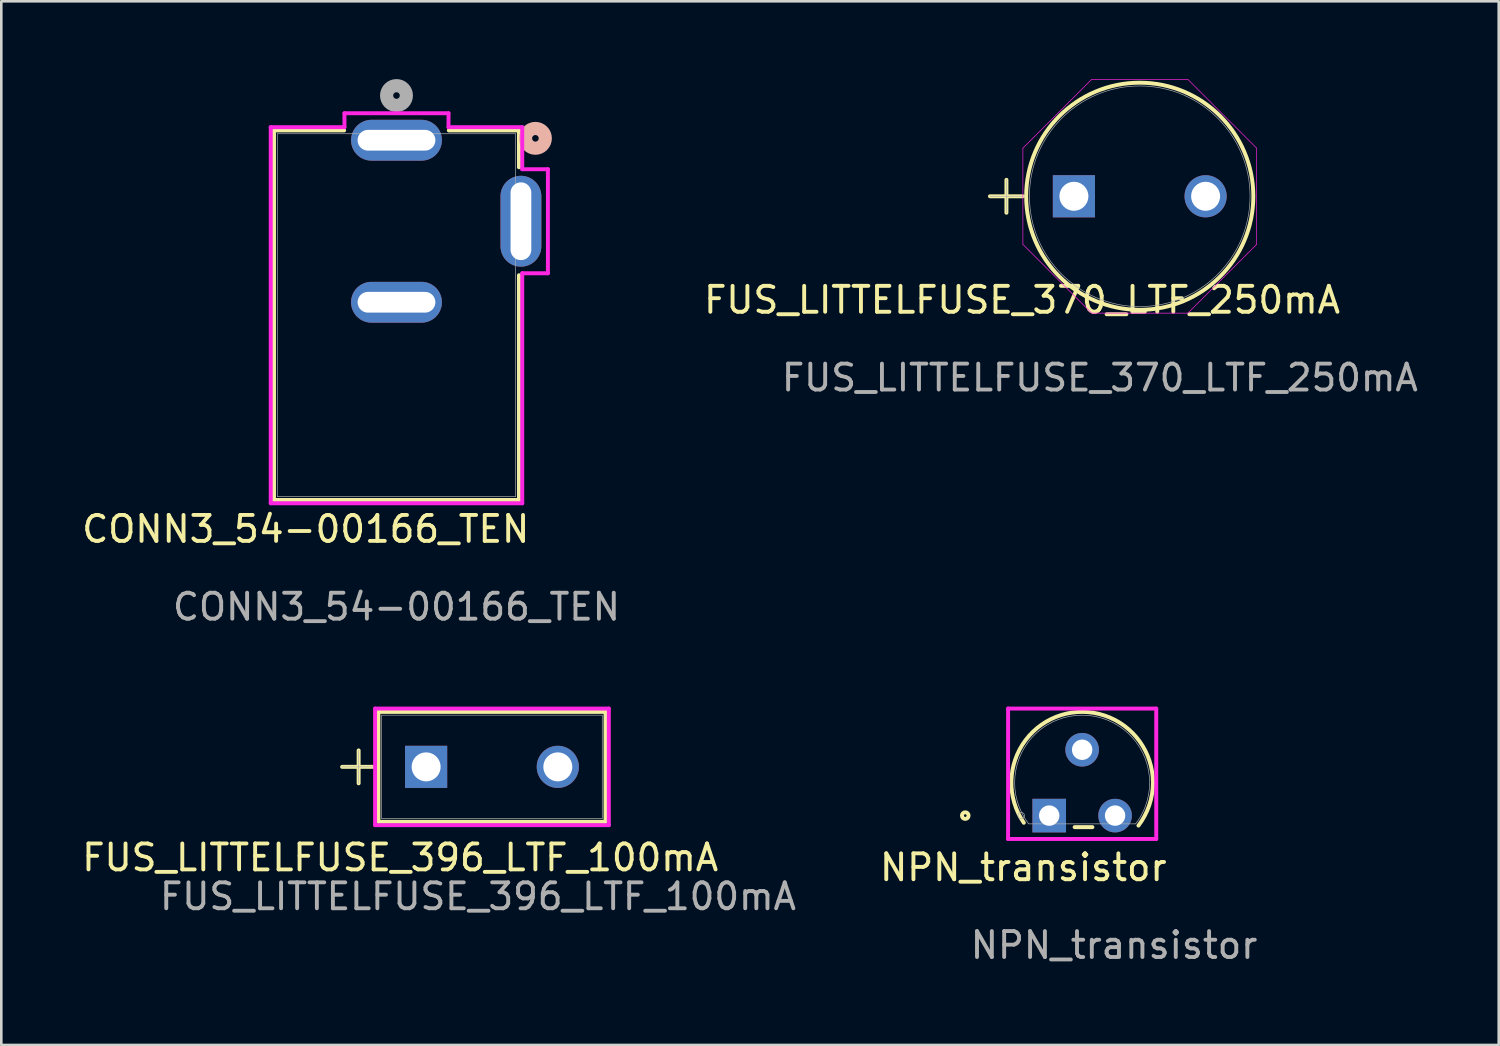
<source format=kicad_pcb>
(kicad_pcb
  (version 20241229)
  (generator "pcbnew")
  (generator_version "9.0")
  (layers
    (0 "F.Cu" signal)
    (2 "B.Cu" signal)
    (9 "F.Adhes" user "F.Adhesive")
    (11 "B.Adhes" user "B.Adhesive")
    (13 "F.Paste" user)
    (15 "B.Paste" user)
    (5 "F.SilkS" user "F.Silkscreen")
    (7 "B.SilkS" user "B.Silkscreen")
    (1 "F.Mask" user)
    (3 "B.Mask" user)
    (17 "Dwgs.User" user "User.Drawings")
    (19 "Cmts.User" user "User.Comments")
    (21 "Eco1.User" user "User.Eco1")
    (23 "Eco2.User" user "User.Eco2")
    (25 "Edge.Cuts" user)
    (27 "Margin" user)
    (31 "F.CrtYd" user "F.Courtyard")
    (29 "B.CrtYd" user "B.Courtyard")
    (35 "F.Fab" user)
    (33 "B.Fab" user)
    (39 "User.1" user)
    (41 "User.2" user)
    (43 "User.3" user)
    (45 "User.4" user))
  (footprint "CONN3_54-00166_TEN"
    (layer "F.Cu")
    (at 12.244 2.359)
    (property "Reference" "CONN3_54-00166_TEN" (at -3.5 15 0) (unlocked yes) (layer "F.SilkS") (effects (font (size 1 1) (thickness 0.15))))
    (attr smd)
    (fp_line (start -4.724 -0.377) (end -2.02 -0.377) (stroke (width 0.152) (type solid)) (layer "F.SilkS"))
    (fp_line (start -4.724 13.877) (end -4.724 -0.377) (stroke (width 0.152) (type solid)) (layer "F.SilkS"))
    (fp_line (start 2.02 -0.377) (end 4.724 -0.377) (stroke (width 0.152) (type solid)) (layer "F.SilkS"))
    (fp_line (start 4.724 -0.377) (end 4.724 1.042) (stroke (width 0.152) (type solid)) (layer "F.SilkS"))
    (fp_line (start 4.724 5.208) (end 4.724 13.877) (stroke (width 0.152) (type solid)) (layer "F.SilkS"))
    (fp_line (start 4.724 13.877) (end -4.724 13.877) (stroke (width 0.152) (type solid)) (layer "F.SilkS"))
    (fp_circle (center 5.359 -0.073) (end 5.74 -0.073) (stroke (width 0.508) (type solid)) (fill no) (layer "B.SilkS"))
    (fp_line (start -4.851 -0.504) (end -4.851 14.004) (stroke (width 0.152) (type solid)) (layer "F.CrtYd"))
    (fp_line (start -4.851 14.004) (end 4.851 14.004) (stroke (width 0.152) (type solid)) (layer "F.CrtYd"))
    (fp_line (start -2.007 -1.041) (end -2.007 -0.504) (stroke (width 0.152) (type solid)) (layer "F.CrtYd"))
    (fp_line (start -2.007 -0.504) (end -4.851 -0.504) (stroke (width 0.152) (type solid)) (layer "F.CrtYd"))
    (fp_line (start 2.007 -1.041) (end -2.007 -1.041) (stroke (width 0.152) (type solid)) (layer "F.CrtYd"))
    (fp_line (start 2.007 -0.504) (end 2.007 -1.041) (stroke (width 0.152) (type solid)) (layer "F.CrtYd"))
    (fp_line (start 4.851 -0.504) (end 2.007 -0.504) (stroke (width 0.152) (type solid)) (layer "F.CrtYd"))
    (fp_line (start 4.851 1.118) (end 4.851 -0.504) (stroke (width 0.152) (type solid)) (layer "F.CrtYd"))
    (fp_line (start 4.851 5.132) (end 5.841 5.132) (stroke (width 0.152) (type solid)) (layer "F.CrtYd"))
    (fp_line (start 4.851 14.004) (end 4.851 5.132) (stroke (width 0.152) (type solid)) (layer "F.CrtYd"))
    (fp_line (start 5.841 1.118) (end 4.851 1.118) (stroke (width 0.152) (type solid)) (layer "F.CrtYd"))
    (fp_line (start 5.841 5.132) (end 5.841 1.118) (stroke (width 0.152) (type solid)) (layer "F.CrtYd"))
    (fp_line (start -4.597 -0.25) (end -4.597 13.75) (stroke (width 0.025) (type solid)) (layer "F.Fab"))
    (fp_line (start -4.597 13.75) (end 4.597 13.75) (stroke (width 0.025) (type solid)) (layer "F.Fab"))
    (fp_line (start 4.597 -0.25) (end -4.597 -0.25) (stroke (width 0.025) (type solid)) (layer "F.Fab"))
    (fp_line (start 4.597 13.75) (end 4.597 -0.25) (stroke (width 0.025) (type solid)) (layer "F.Fab"))
    (fp_circle (center 0 -1.724) (end 0.381 -1.724) (stroke (width 0.508) (type solid)) (fill no) (layer "F.Fab"))
    (fp_text user "${REFERENCE}" (at 0 18 0) (unlocked yes) (layer "F.Fab") (effects (font (size 1 1) (thickness 0.15))))
    (pad "1" thru_hole oval (at 0 0) (size 3.505 1.575) (drill oval 3 0.8) (layers "*.Cu" "*.Mask"))
    (pad "2" thru_hole oval (at 0 6.25) (size 3.505 1.575) (drill oval 3 0.8) (layers "*.Cu" "*.Mask"))
    (pad "3" thru_hole oval (at 4.8 3.125) (size 1.575 3.505) (drill oval 0.8 3) (layers "*.Cu" "*.Mask")))
  (footprint "FUS_LITTELFUSE_370_LTF_250mA"
    (layer "F.Cu")
    (at 38.375 4.521)
    (property "Reference" "FUS_LITTELFUSE_370_LTF_250mA" (at -2 4 0) (unlocked yes) (layer "F.SilkS") (effects (font (size 1 1) (thickness 0.15))))
    (attr through_hole)
    (fp_line (start -3.239 0) (end -1.968 0) (stroke (width 0.152) (type solid)) (layer "F.SilkS"))
    (fp_line (start -2.603 -0.635) (end -2.603 0.635) (stroke (width 0.152) (type solid)) (layer "F.SilkS"))
    (fp_circle (center 2.54 0) (end 6.921 0) (stroke (width 0.152) (type solid)) (fill no) (layer "F.SilkS"))
    (fp_line (start -1.968 -1.856) (end 0.684 -4.508) (stroke (width 0.025) (type solid)) (layer "F.CrtYd"))
    (fp_line (start -1.968 1.856) (end -1.968 -1.856) (stroke (width 0.025) (type solid)) (layer "F.CrtYd"))
    (fp_line (start 0.684 -4.508) (end 4.396 -4.508) (stroke (width 0.025) (type solid)) (layer "F.CrtYd"))
    (fp_line (start 0.684 4.508) (end -1.968 1.856) (stroke (width 0.025) (type solid)) (layer "F.CrtYd"))
    (fp_line (start 4.396 -4.508) (end 7.048 -1.856) (stroke (width 0.025) (type solid)) (layer "F.CrtYd"))
    (fp_line (start 4.396 4.508) (end 0.684 4.508) (stroke (width 0.025) (type solid)) (layer "F.CrtYd"))
    (fp_line (start 7.048 -1.856) (end 7.048 1.856) (stroke (width 0.025) (type solid)) (layer "F.CrtYd"))
    (fp_line (start 7.048 1.856) (end 4.396 4.508) (stroke (width 0.025) (type solid)) (layer "F.CrtYd"))
    (fp_line (start -3.239 0) (end -1.968 0) (stroke (width 0.025) (type solid)) (layer "F.Fab"))
    (fp_line (start -2.603 -0.635) (end -2.603 0.635) (stroke (width 0.025) (type solid)) (layer "F.Fab"))
    (fp_circle (center 2.54 0) (end 6.795 0) (stroke (width 0.025) (type solid)) (fill no) (layer "F.Fab"))
    (fp_text user "${REFERENCE}" (at 1 7 0) (unlocked yes) (layer "F.Fab") (effects (font (size 1 1) (thickness 0.15))))
    (pad "1" thru_hole rect (at 0 0) (size 1.626 1.626) (drill 1.118) (layers "*.Cu" "*.Mask"))
    (pad "2" thru_hole circle (at 5.08 0) (size 1.626 1.626) (drill 1.118) (layers "*.Cu" "*.Mask")))
  (footprint "FUS_LITTELFUSE_396_LTF_100mA"
    (layer "F.Cu")
    (at 13.387 26.531)
    (property "Reference" "FUS_LITTELFUSE_396_LTF_100mA" (at -1 3.5 0) (unlocked yes) (layer "F.SilkS") (effects (font (size 1 1) (thickness 0.15))))
    (attr through_hole)
    (fp_line (start -3.239 0) (end -1.968 0) (stroke (width 0.152) (type solid)) (layer "F.SilkS"))
    (fp_line (start -2.603 -0.635) (end -2.603 0.635) (stroke (width 0.152) (type solid)) (layer "F.SilkS"))
    (fp_line (start -1.841 -2.121) (end -1.841 2.121) (stroke (width 0.152) (type solid)) (layer "F.SilkS"))
    (fp_line (start 6.921 -2.121) (end -1.841 -2.121) (stroke (width 0.152) (type solid)) (layer "F.SilkS"))
    (fp_line (start 6.921 -2.121) (end 6.921 2.121) (stroke (width 0.152) (type solid)) (layer "F.SilkS"))
    (fp_line (start 6.921 2.121) (end -1.841 2.121) (stroke (width 0.152) (type solid)) (layer "F.SilkS"))
    (fp_line (start -1.968 -2.248) (end 7.048 -2.248) (stroke (width 0.152) (type solid)) (layer "F.CrtYd"))
    (fp_line (start -1.968 2.248) (end -1.968 -2.248) (stroke (width 0.152) (type solid)) (layer "F.CrtYd"))
    (fp_line (start 7.048 -2.248) (end 7.048 2.248) (stroke (width 0.152) (type solid)) (layer "F.CrtYd"))
    (fp_line (start 7.048 2.248) (end -1.968 2.248) (stroke (width 0.152) (type solid)) (layer "F.CrtYd"))
    (fp_line (start -3.239 0) (end -1.968 0) (stroke (width 0.025) (type solid)) (layer "F.Fab"))
    (fp_line (start -2.603 -0.635) (end -2.603 0.635) (stroke (width 0.025) (type solid)) (layer "F.Fab"))
    (fp_line (start -1.714 -1.994) (end -1.714 1.994) (stroke (width 0.025) (type solid)) (layer "F.Fab"))
    (fp_line (start 6.795 -1.994) (end -1.714 -1.994) (stroke (width 0.025) (type solid)) (layer "F.Fab"))
    (fp_line (start 6.795 -1.994) (end 6.795 1.994) (stroke (width 0.025) (type solid)) (layer "F.Fab"))
    (fp_line (start 6.795 1.994) (end -1.714 1.994) (stroke (width 0.025) (type solid)) (layer "F.Fab"))
    (fp_text user "${REFERENCE}" (at 2 5 0) (unlocked yes) (layer "F.Fab") (effects (font (size 1 1) (thickness 0.15))))
    (pad "1" thru_hole rect (at 0 0) (size 1.626 1.626) (drill 1.118) (layers "*.Cu" "*.Mask"))
    (pad "2" thru_hole circle (at 5.08 0) (size 1.626 1.626) (drill 1.118) (layers "*.Cu" "*.Mask")))
  (footprint "NPN_transistor"
    (layer "F.Cu")
    (at 37.423 28.411)
    (property "Reference" "NPN_transistor" (at -1 2 0) (unlocked yes) (layer "F.SilkS") (effects (font (size 1 1) (thickness 0.15))))
    (attr through_hole)
    (fp_line (start 0.98 0.445) (end 1.666 0.445) (stroke (width 0.152) (type solid)) (layer "F.SilkS"))
    (fp_arc (start -0.980441 0.276333) (mid 0.460432 -3.877725) (end 4.0005 -1.27) (stroke (width 0.1524) (type solid)) (layer "F.SilkS"))
    (fp_arc (start 4.0005 -1.269998) (mid 3.856997 -0.396457) (end 3.441573 0.385265) (stroke (width 0.1524) (type solid)) (layer "F.SilkS"))
    (fp_circle (center -3.239 0) (end -3.111 0) (stroke (width 0.152) (type solid)) (fill no) (layer "F.SilkS"))
    (fp_line (start -1.587 -4.128) (end 4.128 -4.128) (stroke (width 0.152) (type solid)) (layer "F.CrtYd"))
    (fp_line (start -1.587 0.902) (end -1.587 -4.128) (stroke (width 0.152) (type solid)) (layer "F.CrtYd"))
    (fp_line (start 4.128 -4.128) (end 4.128 0.902) (stroke (width 0.152) (type solid)) (layer "F.CrtYd"))
    (fp_line (start 4.128 0.902) (end -1.587 0.902) (stroke (width 0.152) (type solid)) (layer "F.CrtYd"))
    (fp_line (start -0.794 0.318) (end 3.334 0.318) (stroke (width 0.025) (type solid)) (layer "F.Fab"))
    (fp_line (start -0.254 0) (end 0.254 0) (stroke (width 0.152) (type solid)) (layer "F.Fab"))
    (fp_line (start 0 0.254) (end 0 -0.254) (stroke (width 0.152) (type solid)) (layer "F.Fab"))
    (fp_arc (start -0.793507 0.317499) (mid 1.270001 -3.8735) (end 3.333506 0.3175) (stroke (width 0.0254) (type solid)) (layer "F.Fab"))
    (fp_circle (center -1.079 0) (end -0.953 0) (stroke (width 0.025) (type solid)) (fill no) (layer "F.Fab"))
    (fp_text user "${REFERENCE}" (at 2.5 5 0) (unlocked yes) (layer "F.Fab") (effects (font (size 1 1) (thickness 0.15))))
    (pad "1" thru_hole rect (at 0 0) (size 1.295 1.295) (drill 0.787) (layers "*.Cu" "*.Mask"))
    (pad "2" thru_hole circle (at 1.27 -2.54) (size 1.295 1.295) (drill 0.787) (layers "*.Cu" "*.Mask"))
    (pad "3" thru_hole circle (at 2.54 0) (size 1.295 1.295) (drill 0.787) (layers "*.Cu" "*.Mask")))
  (gr_rect
    (start -3 -3)
    (end 54.762 37.259)
    (stroke (width 0.1) (type default))
    (fill no)
    (layer "Edge.Cuts")))
</source>
